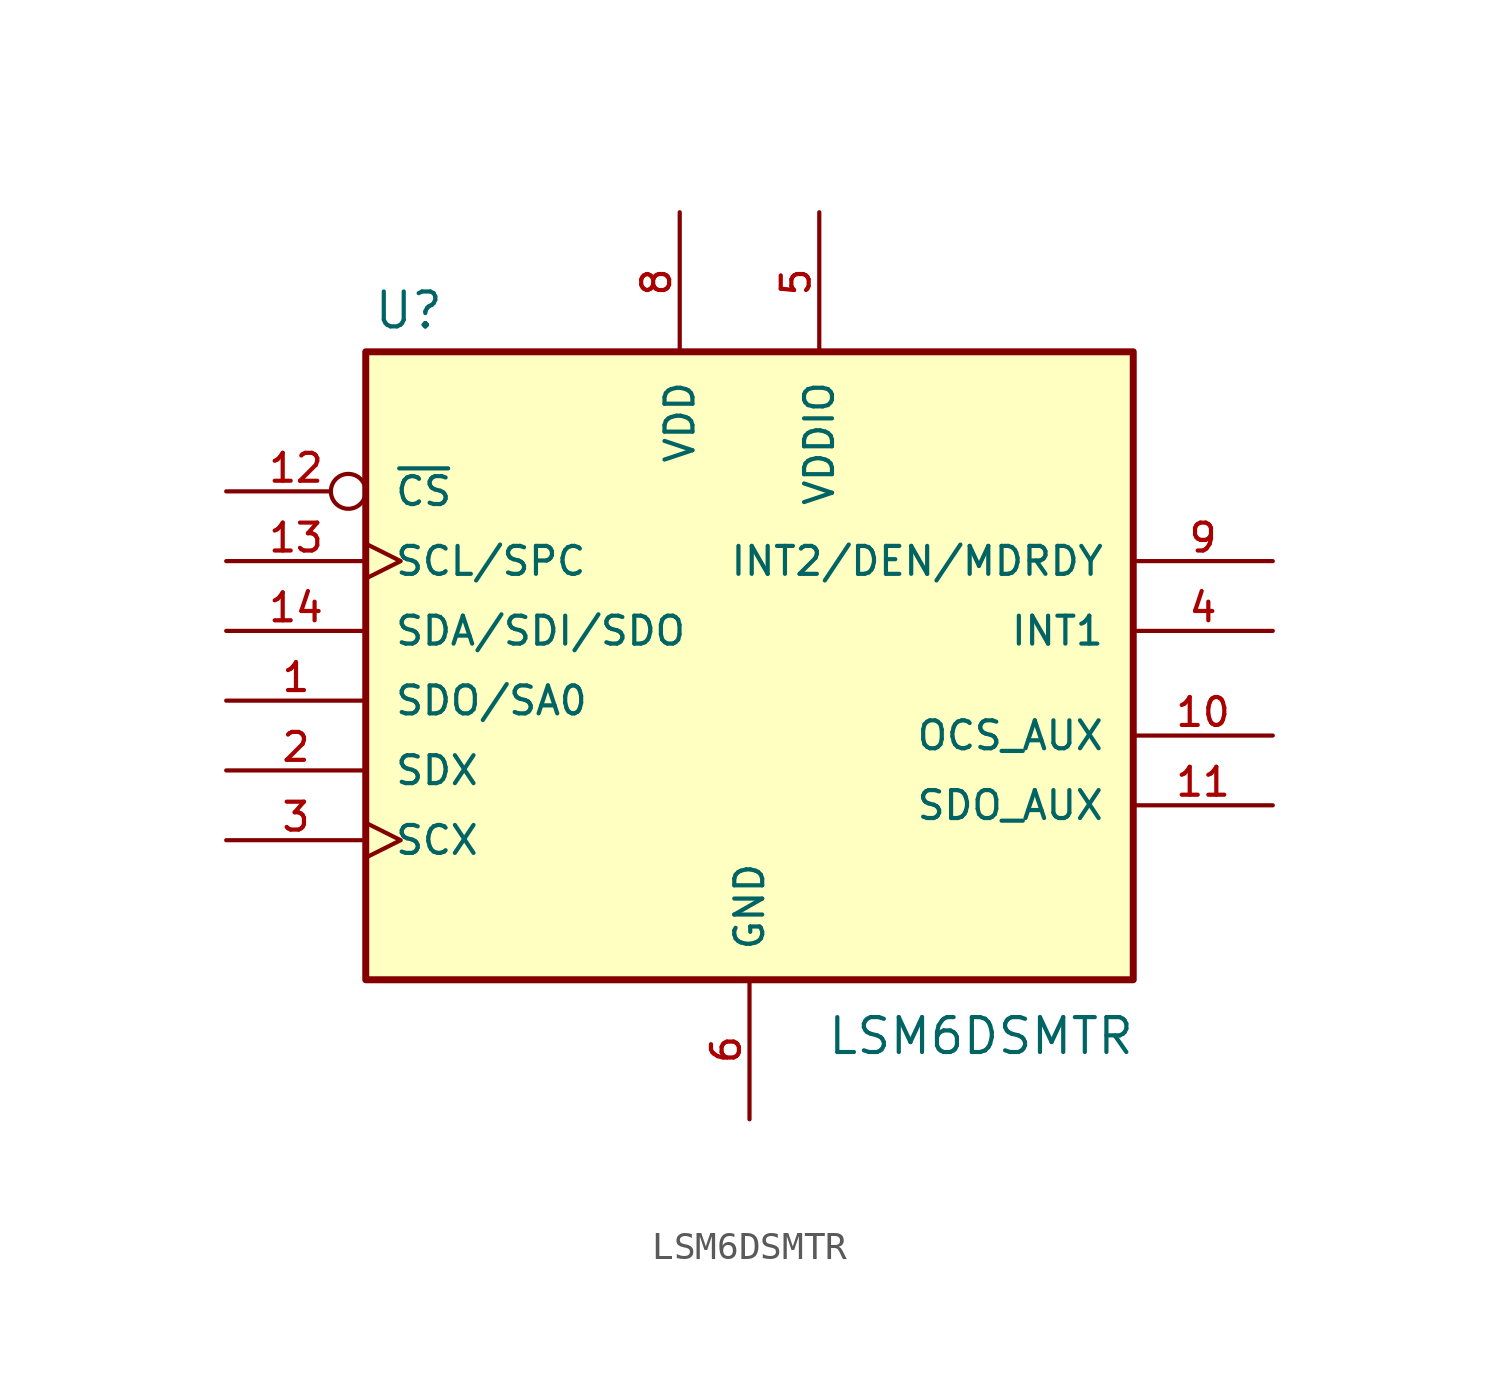
<source format=kicad_sym>
(kicad_symbol_lib
  (version 20231120)
  (generator "kicad_symbol_editor")
  (generator_version "8.0")
  (symbol "LSM6DSMTR"
    (pin_names
      (offset 1.016))
    (property "Reference" "U"
      (at -13.716 13.462 0)
      (effects (font (size 1.27 1.27)) (justify left bottom)))
    (property "Value" "LSM6DSMTR"
      (at 2.794 -12.954 0)
      (effects (font (size 1.27 1.27)) (justify left bottom)))
    (symbol "LSM6DSMTR_0_0"
      (rectangle (start -13.97 12.7) (end 13.97 -10.16) (stroke (width 0.254) (type default)) (fill (type background)))
      (pin bidirectional line (at -19.05 0 0) (length 5.08) (name "SDO/SA0" (effects (font (size 1.016 1.016)))) (number "1" (effects (font (size 1.016 1.016)))))
      (pin input line (at 19.05 -1.27 180) (length 5.08) (name "OCS_AUX" (effects (font (size 1.016 1.016)))) (number "10" (effects (font (size 1.016 1.016)))))
      (pin bidirectional line (at 19.05 -3.81 180) (length 5.08) (name "SDO_AUX" (effects (font (size 1.016 1.016)))) (number "11" (effects (font (size 1.016 1.016)))))
      (pin input clock (at -19.05 5.08 0) (length 5.08) (name "SCL/SPC" (effects (font (size 1.016 1.016)))) (number "13" (effects (font (size 1.016 1.016)))))
      (pin bidirectional line (at -19.05 2.54 0) (length 5.08) (name "SDA/SDI/SDO" (effects (font (size 1.016 1.016)))) (number "14" (effects (font (size 1.016 1.016)))))
      (pin bidirectional line (at -19.05 -2.54 0) (length 5.08) (name "SDX" (effects (font (size 1.016 1.016)))) (number "2" (effects (font (size 1.016 1.016)))))
      (pin bidirectional clock (at -19.05 -5.08 0) (length 5.08) (name "SCX" (effects (font (size 1.016 1.016)))) (number "3" (effects (font (size 1.016 1.016)))))
      (pin input line (at 19.05 2.54 180) (length 5.08) (name "INT1" (effects (font (size 1.016 1.016)))) (number "4" (effects (font (size 1.016 1.016)))))
      (pin power_in line (at 2.54 17.78 270) (length 5.08) (name "VDDIO" (effects (font (size 1.016 1.016)))) (number "5" (effects (font (size 1.016 1.016)))))
      (pin power_in line (at 0 -15.24 90) (length 5.08) (name "GND" (effects (font (size 1.016 1.016)))) (number "6" (effects (font (size 1.016 1.016)))))
      (pin power_in line (at -2.54 17.78 270) (length 5.08) (name "VDD" (effects (font (size 1.016 1.016)))) (number "8" (effects (font (size 1.016 1.016)))))
      (pin input line (at 19.05 5.08 180) (length 5.08) (name "INT2/DEN/MDRDY" (effects (font (size 1.016 1.016)))) (number "9" (effects (font (size 1.016 1.016))))))
    (symbol "LSM6DSMTR_1_0"
      (pin input inverted (at -19.05 7.62 0) (length 5.08) (name "~{CS}" (effects (font (size 1.016 1.016)))) (number "12" (effects (font (size 1.016 1.016)))))
      (pin power_in line (at 0 -15.24 90) (length 5.08) hide (name "GND" (effects (font (size 1.016 1.016)))) (number "7" (effects (font (size 1.016 1.016))))))))
</source>
